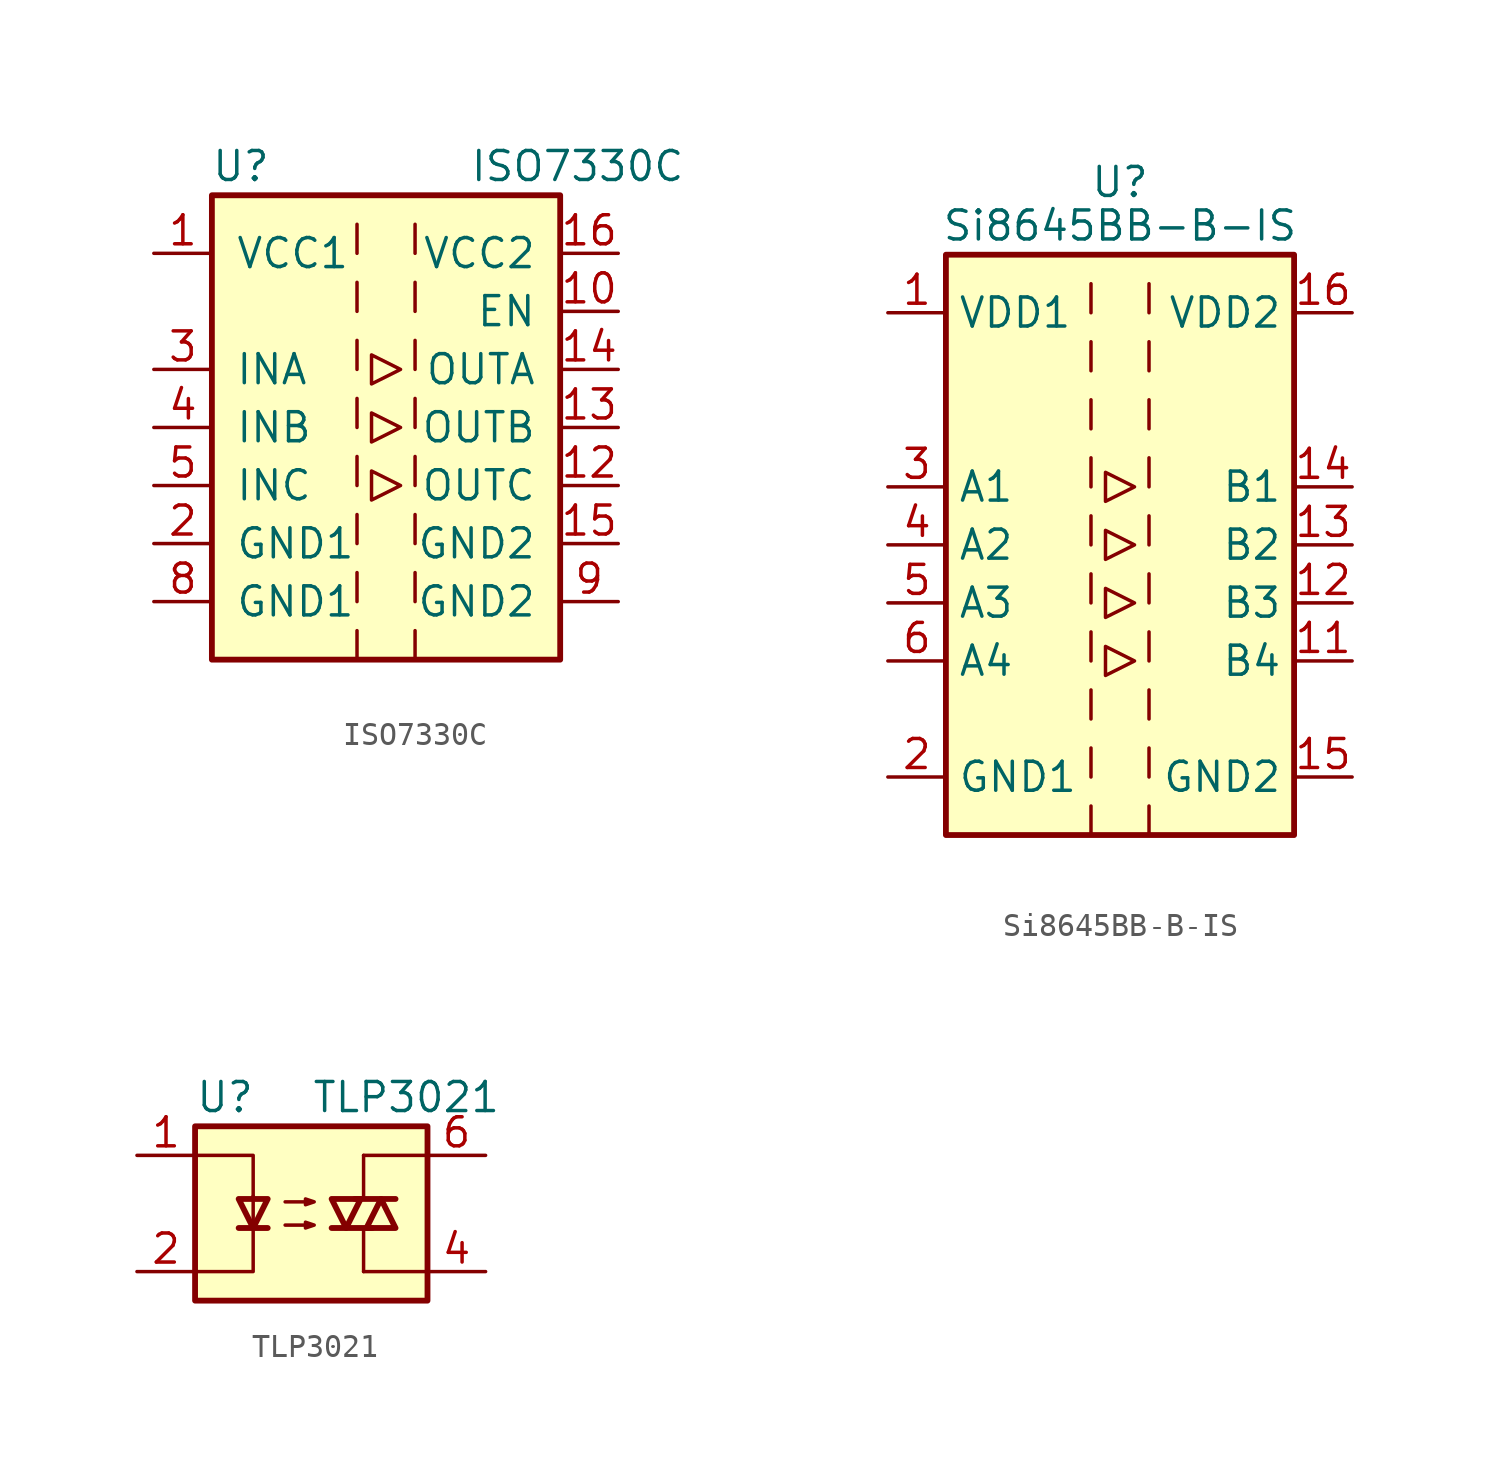
<source format=kicad_sym>
(kicad_symbol_lib
  (version 20200908)
  (generator kicad_symbol_editor)
  (symbol "Isolator:ISO7330C"
    (pin_names
      (offset 1.016))
    (property "Reference" "U"
      (at -6.35 11.43 0)
      (effects (font (size 1.27 1.27))))
    (property "Value" "ISO7330C"
      (at 8.382 11.43 0)
      (effects (font (size 1.27 1.27))))
    (symbol "ISO7330C_0_1"
      (rectangle (start -7.62 10.16) (end 7.62 -10.16) (stroke (width 0.254)) (fill (type background)))
      (polyline (pts (xy -1.27 -8.89) (xy -1.27 -10.16)) (stroke (width 0)) (fill (type none)))
      (polyline (pts (xy -1.27 -6.35) (xy -1.27 -7.62)) (stroke (width 0)) (fill (type none)))
      (polyline (pts (xy -1.27 -3.81) (xy -1.27 -5.08)) (stroke (width 0)) (fill (type none)))
      (polyline (pts (xy -1.27 -1.27) (xy -1.27 -2.54)) (stroke (width 0)) (fill (type none)))
      (polyline (pts (xy -1.27 1.27) (xy -1.27 0)) (stroke (width 0)) (fill (type none)))
      (polyline (pts (xy -1.27 3.81) (xy -1.27 2.54)) (stroke (width 0)) (fill (type none)))
      (polyline (pts (xy -1.27 6.35) (xy -1.27 5.08)) (stroke (width 0)) (fill (type none)))
      (polyline (pts (xy -1.27 8.89) (xy -1.27 7.62)) (stroke (width 0)) (fill (type none)))
      (polyline (pts (xy 1.27 -8.89) (xy 1.27 -10.16)) (stroke (width 0)) (fill (type none)))
      (polyline (pts (xy 1.27 -6.35) (xy 1.27 -7.62)) (stroke (width 0)) (fill (type none)))
      (polyline (pts (xy 1.27 -3.81) (xy 1.27 -5.08)) (stroke (width 0)) (fill (type none)))
      (polyline (pts (xy 1.27 -1.27) (xy 1.27 -2.54)) (stroke (width 0)) (fill (type none)))
      (polyline (pts (xy 1.27 1.27) (xy 1.27 0)) (stroke (width 0)) (fill (type none)))
      (polyline (pts (xy 1.27 3.81) (xy 1.27 2.54)) (stroke (width 0)) (fill (type none)))
      (polyline (pts (xy 1.27 6.35) (xy 1.27 5.08)) (stroke (width 0)) (fill (type none)))
      (polyline (pts (xy 1.27 8.89) (xy 1.27 7.62)) (stroke (width 0)) (fill (type none)))
      (polyline (pts (xy -0.635 -1.905) (xy -0.635 -3.175) (xy 0.635 -2.54) (xy -0.635 -1.905)) (stroke (width 0)) (fill (type none)))
      (polyline (pts (xy -0.635 0.635) (xy -0.635 -0.635) (xy 0.635 0) (xy -0.635 0.635)) (stroke (width 0)) (fill (type none)))
      (polyline (pts (xy -0.635 3.175) (xy -0.635 1.905) (xy 0.635 2.54) (xy -0.635 3.175)) (stroke (width 0)) (fill (type none))))
    (symbol "ISO7330C_1_1"
      (pin power_in line (at -10.16 7.62 0) (length 2.54) (name "VCC1" (effects (font (size 1.27 1.27)))) (number "1" (effects (font (size 1.27 1.27)))))
      (pin input line (at 10.16 5.08 180) (length 2.54) (name "EN" (effects (font (size 1.27 1.27)))) (number "10" (effects (font (size 1.27 1.27)))))
      (pin unconnected line (at -7.62 5.08 0) (length 2.54) hide (name "NC" (effects (font (size 1.27 1.27)))) (number "11" (effects (font (size 1.27 1.27)))))
      (pin output line (at 10.16 -2.54 180) (length 2.54) (name "OUTC" (effects (font (size 1.27 1.27)))) (number "12" (effects (font (size 1.27 1.27)))))
      (pin output line (at 10.16 0 180) (length 2.54) (name "OUTB" (effects (font (size 1.27 1.27)))) (number "13" (effects (font (size 1.27 1.27)))))
      (pin output line (at 10.16 2.54 180) (length 2.54) (name "OUTA" (effects (font (size 1.27 1.27)))) (number "14" (effects (font (size 1.27 1.27)))))
      (pin power_in line (at 10.16 -5.08 180) (length 2.54) (name "GND2" (effects (font (size 1.27 1.27)))) (number "15" (effects (font (size 1.27 1.27)))))
      (pin power_in line (at 10.16 7.62 180) (length 2.54) (name "VCC2" (effects (font (size 1.27 1.27)))) (number "16" (effects (font (size 1.27 1.27)))))
      (pin power_in line (at -10.16 -5.08 0) (length 2.54) (name "GND1" (effects (font (size 1.27 1.27)))) (number "2" (effects (font (size 1.27 1.27)))))
      (pin input line (at -10.16 2.54 0) (length 2.54) (name "INA" (effects (font (size 1.27 1.27)))) (number "3" (effects (font (size 1.27 1.27)))))
      (pin input line (at -10.16 0 0) (length 2.54) (name "INB" (effects (font (size 1.27 1.27)))) (number "4" (effects (font (size 1.27 1.27)))))
      (pin input line (at -10.16 -2.54 0) (length 2.54) (name "INC" (effects (font (size 1.27 1.27)))) (number "5" (effects (font (size 1.27 1.27)))))
      (pin unconnected line (at 0 -10.16 90) (length 2.54) hide (name "NC" (effects (font (size 1.27 1.27)))) (number "6" (effects (font (size 1.27 1.27)))))
      (pin unconnected line (at 0 10.16 270) (length 2.54) hide (name "NC" (effects (font (size 1.27 1.27)))) (number "7" (effects (font (size 1.27 1.27)))))
      (pin power_in line (at -10.16 -7.62 0) (length 2.54) (name "GND1" (effects (font (size 1.27 1.27)))) (number "8" (effects (font (size 1.27 1.27)))))
      (pin power_in line (at 10.16 -7.62 180) (length 2.54) (name "GND2" (effects (font (size 1.27 1.27)))) (number "9" (effects (font (size 1.27 1.27)))))))
  (symbol "Isolator:Si8645BB-B-IS"
    (property "Reference" "U"
      (at 0 15.875 0)
      (effects (font (size 1.27 1.27))))
    (property "Value" "Si8645BB-B-IS"
      (at 0 13.97 0)
      (effects (font (size 1.27 1.27))))
    (symbol "Si8645BB-B-IS_0_1"
      (rectangle (start -7.62 12.7) (end 7.62 -12.7) (stroke (width 0.254)) (fill (type background)))
      (polyline (pts (xy -1.27 -11.43) (xy -1.27 -12.7)) (stroke (width 0)) (fill (type none)))
      (polyline (pts (xy -1.27 -8.89) (xy -1.27 -10.16)) (stroke (width 0)) (fill (type none)))
      (polyline (pts (xy -1.27 -6.35) (xy -1.27 -7.62)) (stroke (width 0)) (fill (type none)))
      (polyline (pts (xy -1.27 -3.81) (xy -1.27 -5.08)) (stroke (width 0)) (fill (type none)))
      (polyline (pts (xy -1.27 -1.27) (xy -1.27 -2.54)) (stroke (width 0)) (fill (type none)))
      (polyline (pts (xy -1.27 1.27) (xy -1.27 0)) (stroke (width 0)) (fill (type none)))
      (polyline (pts (xy -1.27 3.81) (xy -1.27 2.54)) (stroke (width 0)) (fill (type none)))
      (polyline (pts (xy -1.27 6.35) (xy -1.27 5.08)) (stroke (width 0)) (fill (type none)))
      (polyline (pts (xy -1.27 8.89) (xy -1.27 7.62)) (stroke (width 0)) (fill (type none)))
      (polyline (pts (xy -1.27 11.43) (xy -1.27 10.16)) (stroke (width 0)) (fill (type none)))
      (polyline (pts (xy 1.27 -11.43) (xy 1.27 -12.7)) (stroke (width 0)) (fill (type none)))
      (polyline (pts (xy 1.27 -8.89) (xy 1.27 -10.16)) (stroke (width 0)) (fill (type none)))
      (polyline (pts (xy 1.27 -6.35) (xy 1.27 -7.62)) (stroke (width 0)) (fill (type none)))
      (polyline (pts (xy 1.27 -3.81) (xy 1.27 -5.08)) (stroke (width 0)) (fill (type none)))
      (polyline (pts (xy 1.27 -1.27) (xy 1.27 -2.54)) (stroke (width 0)) (fill (type none)))
      (polyline (pts (xy 1.27 1.27) (xy 1.27 0)) (stroke (width 0)) (fill (type none)))
      (polyline (pts (xy 1.27 3.81) (xy 1.27 2.54)) (stroke (width 0)) (fill (type none)))
      (polyline (pts (xy 1.27 6.35) (xy 1.27 5.08)) (stroke (width 0)) (fill (type none)))
      (polyline (pts (xy 1.27 8.89) (xy 1.27 7.62)) (stroke (width 0)) (fill (type none)))
      (polyline (pts (xy 1.27 11.43) (xy 1.27 10.16)) (stroke (width 0)) (fill (type none)))
      (polyline (pts (xy -0.635 0.635) (xy -0.635 -0.635) (xy 0.635 0) (xy -0.635 0.635)) (stroke (width 0)) (fill (type none)))
      (polyline (pts (xy -0.635 3.175) (xy -0.635 1.905) (xy 0.635 2.54) (xy -0.635 3.175)) (stroke (width 0)) (fill (type none)))
      (polyline (pts (xy 0.635 -5.08) (xy -0.635 -4.445) (xy -0.635 -5.715) (xy 0.635 -5.08)) (stroke (width 0)) (fill (type none)))
      (polyline (pts (xy 0.635 -2.54) (xy -0.635 -1.905) (xy -0.635 -3.175) (xy 0.635 -2.54)) (stroke (width 0)) (fill (type none))))
    (symbol "Si8645BB-B-IS_1_1"
      (pin power_in line (at -10.16 10.16 0) (length 2.54) (name "VDD1" (effects (font (size 1.27 1.27)))) (number "1" (effects (font (size 1.27 1.27)))))
      (pin unconnected line (at 7.62 7.62 180) (length 2.54) hide (name "NC" (effects (font (size 1.27 1.27)))) (number "10" (effects (font (size 1.27 1.27)))))
      (pin output line (at 10.16 -5.08 180) (length 2.54) (name "B4" (effects (font (size 1.27 1.27)))) (number "11" (effects (font (size 1.27 1.27)))))
      (pin output line (at 10.16 -2.54 180) (length 2.54) (name "B3" (effects (font (size 1.27 1.27)))) (number "12" (effects (font (size 1.27 1.27)))))
      (pin output line (at 10.16 0 180) (length 2.54) (name "B2" (effects (font (size 1.27 1.27)))) (number "13" (effects (font (size 1.27 1.27)))))
      (pin output line (at 10.16 2.54 180) (length 2.54) (name "B1" (effects (font (size 1.27 1.27)))) (number "14" (effects (font (size 1.27 1.27)))))
      (pin power_in line (at 10.16 -10.16 180) (length 2.54) (name "GND2" (effects (font (size 1.27 1.27)))) (number "15" (effects (font (size 1.27 1.27)))))
      (pin power_in line (at 10.16 10.16 180) (length 2.54) (name "VDD2" (effects (font (size 1.27 1.27)))) (number "16" (effects (font (size 1.27 1.27)))))
      (pin power_in line (at -10.16 -10.16 0) (length 2.54) (name "GND1" (effects (font (size 1.27 1.27)))) (number "2" (effects (font (size 1.27 1.27)))))
      (pin input line (at -10.16 2.54 0) (length 2.54) (name "A1" (effects (font (size 1.27 1.27)))) (number "3" (effects (font (size 1.27 1.27)))))
      (pin input line (at -10.16 0 0) (length 2.54) (name "A2" (effects (font (size 1.27 1.27)))) (number "4" (effects (font (size 1.27 1.27)))))
      (pin input line (at -10.16 -2.54 0) (length 2.54) (name "A3" (effects (font (size 1.27 1.27)))) (number "5" (effects (font (size 1.27 1.27)))))
      (pin input line (at -10.16 -5.08 0) (length 2.54) (name "A4" (effects (font (size 1.27 1.27)))) (number "6" (effects (font (size 1.27 1.27)))))
      (pin unconnected line (at -7.62 7.62 0) (length 2.54) hide (name "NC" (effects (font (size 1.27 1.27)))) (number "7" (effects (font (size 1.27 1.27)))))
      (pin passive line (at -10.16 -10.16 0) (length 2.54) hide (name "GND1" (effects (font (size 1.27 1.27)))) (number "8" (effects (font (size 1.27 1.27)))))
      (pin passive line (at 10.16 -10.16 180) (length 2.54) hide (name "GND2" (effects (font (size 1.27 1.27)))) (number "9" (effects (font (size 1.27 1.27)))))))
  (symbol "Isolator:TLP3021"
    (pin_names
      (offset 1.016))
    (property "Reference" "U"
      (at -5.08 5.08 0)
      (effects (font (size 1.27 1.27)) (justify left)))
    (property "Value" "TLP3021"
      (at 0 5.08 0)
      (effects (font (size 1.27 1.27)) (justify left)))
    (symbol "TLP3021_0_1"
      (rectangle (start -5.08 3.81) (end 5.08 -3.81) (stroke (width 0.254)) (fill (type background)))
      (polyline (pts (xy -3.175 -0.635) (xy -1.905 -0.635)) (stroke (width 0.254)) (fill (type none)))
      (polyline (pts (xy 1.905 0.635) (xy 3.683 0.635)) (stroke (width 0.254)) (fill (type none)))
      (polyline (pts (xy 2.286 -2.54) (xy 2.286 -0.635)) (stroke (width 0)) (fill (type none)))
      (polyline (pts (xy 2.286 -2.54) (xy 5.08 -2.54)) (stroke (width 0)) (fill (type none)))
      (polyline (pts (xy 2.286 2.54) (xy 2.286 0.635)) (stroke (width 0)) (fill (type none)))
      (polyline (pts (xy 2.286 2.54) (xy 5.08 2.54)) (stroke (width 0)) (fill (type none)))
      (polyline (pts (xy 2.667 -0.635) (xy 0.889 -0.635)) (stroke (width 0.254)) (fill (type none)))
      (polyline (pts (xy -5.08 2.54) (xy -2.54 2.54) (xy -2.54 0.635)) (stroke (width 0)) (fill (type none)))
      (polyline (pts (xy -2.54 0.762) (xy -2.54 -2.54) (xy -5.08 -2.54)) (stroke (width 0)) (fill (type none)))
      (polyline (pts (xy -2.54 -0.635) (xy -3.175 0.635) (xy -1.905 0.635) (xy -2.54 -0.635)) (stroke (width 0.254)) (fill (type none)))
      (polyline (pts (xy 1.524 -0.635) (xy 2.159 0.635) (xy 0.889 0.635) (xy 1.524 -0.635)) (stroke (width 0.254)) (fill (type none)))
      (polyline (pts (xy 3.048 0.635) (xy 2.413 -0.635) (xy 3.683 -0.635) (xy 3.048 0.635)) (stroke (width 0.254)) (fill (type none)))
      (polyline (pts (xy -1.143 -0.508) (xy 0.127 -0.508) (xy -0.254 -0.635) (xy -0.254 -0.381) (xy 0.127 -0.508)) (stroke (width 0)) (fill (type none)))
      (polyline (pts (xy -1.143 0.508) (xy 0.127 0.508) (xy -0.254 0.381) (xy -0.254 0.635) (xy 0.127 0.508)) (stroke (width 0)) (fill (type none))))
    (symbol "TLP3021_1_1"
      (pin passive line (at -7.62 2.54 0) (length 2.54) (name "~" (effects (font (size 1.27 1.27)))) (number "1" (effects (font (size 1.27 1.27)))))
      (pin passive line (at -7.62 -2.54 0) (length 2.54) (name "~" (effects (font (size 1.27 1.27)))) (number "2" (effects (font (size 1.27 1.27)))))
      (pin unconnected line (at -5.08 0 0) (length 2.54) hide (name "NC" (effects (font (size 1.27 1.27)))) (number "3" (effects (font (size 1.27 1.27)))))
      (pin passive line (at 7.62 -2.54 180) (length 2.54) (name "~" (effects (font (size 1.27 1.27)))) (number "4" (effects (font (size 1.27 1.27)))))
      (pin passive line (at 7.62 2.54 180) (length 2.54) (name "~" (effects (font (size 1.27 1.27)))) (number "6" (effects (font (size 1.27 1.27))))))))
</source>
